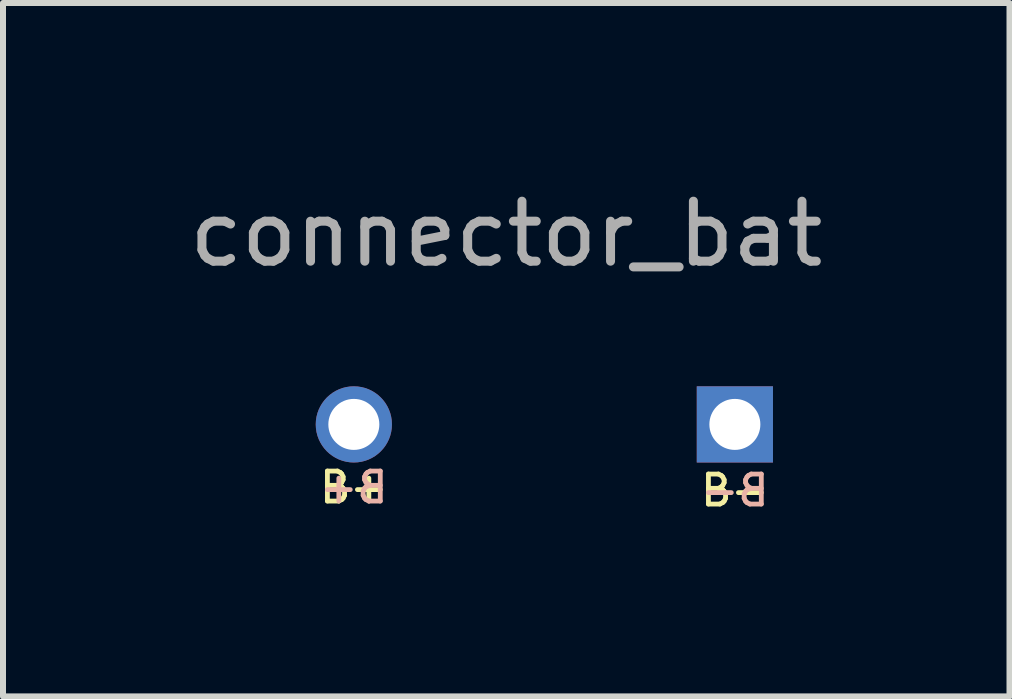
<source format=kicad_pcb>
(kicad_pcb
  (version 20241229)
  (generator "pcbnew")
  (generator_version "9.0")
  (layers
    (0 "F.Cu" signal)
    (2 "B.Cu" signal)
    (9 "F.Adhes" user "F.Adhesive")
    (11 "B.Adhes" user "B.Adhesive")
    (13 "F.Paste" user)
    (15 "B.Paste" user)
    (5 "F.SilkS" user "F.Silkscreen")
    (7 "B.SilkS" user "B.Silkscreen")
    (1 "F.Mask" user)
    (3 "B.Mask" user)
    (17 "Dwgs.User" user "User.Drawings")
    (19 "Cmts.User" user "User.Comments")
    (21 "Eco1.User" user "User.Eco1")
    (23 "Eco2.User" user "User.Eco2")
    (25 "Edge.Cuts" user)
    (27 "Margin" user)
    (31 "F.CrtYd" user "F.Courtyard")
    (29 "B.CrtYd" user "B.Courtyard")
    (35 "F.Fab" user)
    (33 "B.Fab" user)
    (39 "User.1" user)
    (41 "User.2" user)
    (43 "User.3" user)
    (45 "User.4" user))
  (footprint "connector_bat"
    (layer "F.Cu")
    (at 5.387 4.023)
    (property "Reference" "connector_bat" (at 0 -3.175 0) (layer "F.Fab") (effects (font (size 1 1) (thickness 0.15))))
    (attr through_hole)
    (fp_text user "B-" (at 3.81 1.1 180) (layer "F.SilkS") (effects (font (size 0.5 0.5) (thickness 0.08))))
    (fp_text user "B+" (at -2.54 1.05 0) (layer "F.SilkS") (effects (font (size 0.5 0.5) (thickness 0.08))))
    (fp_text user "B-" (at 3.81 1.1 180) (layer "B.SilkS") (effects (font (size 0.5 0.5) (thickness 0.08)) (justify mirror)))
    (fp_text user "B+" (at -2.54 1.05 0) (layer "B.SilkS") (effects (font (size 0.5 0.5) (thickness 0.08)) (justify mirror)))
    (pad "1" thru_hole circle (at -2.54 0 90) (size 1.27 1.27) (drill 0.85) (layers "*.Cu" "*.Mask"))
    (pad "2" thru_hole rect (at 3.81 0) (size 1.27 1.27) (drill 0.85) (layers "*.Cu" "*.Mask")))
  (gr_rect
    (start -3 -3)
    (end 13.774 8.556)
    (stroke (width 0.1) (type default))
    (fill no)
    (layer "Edge.Cuts")))
</source>
